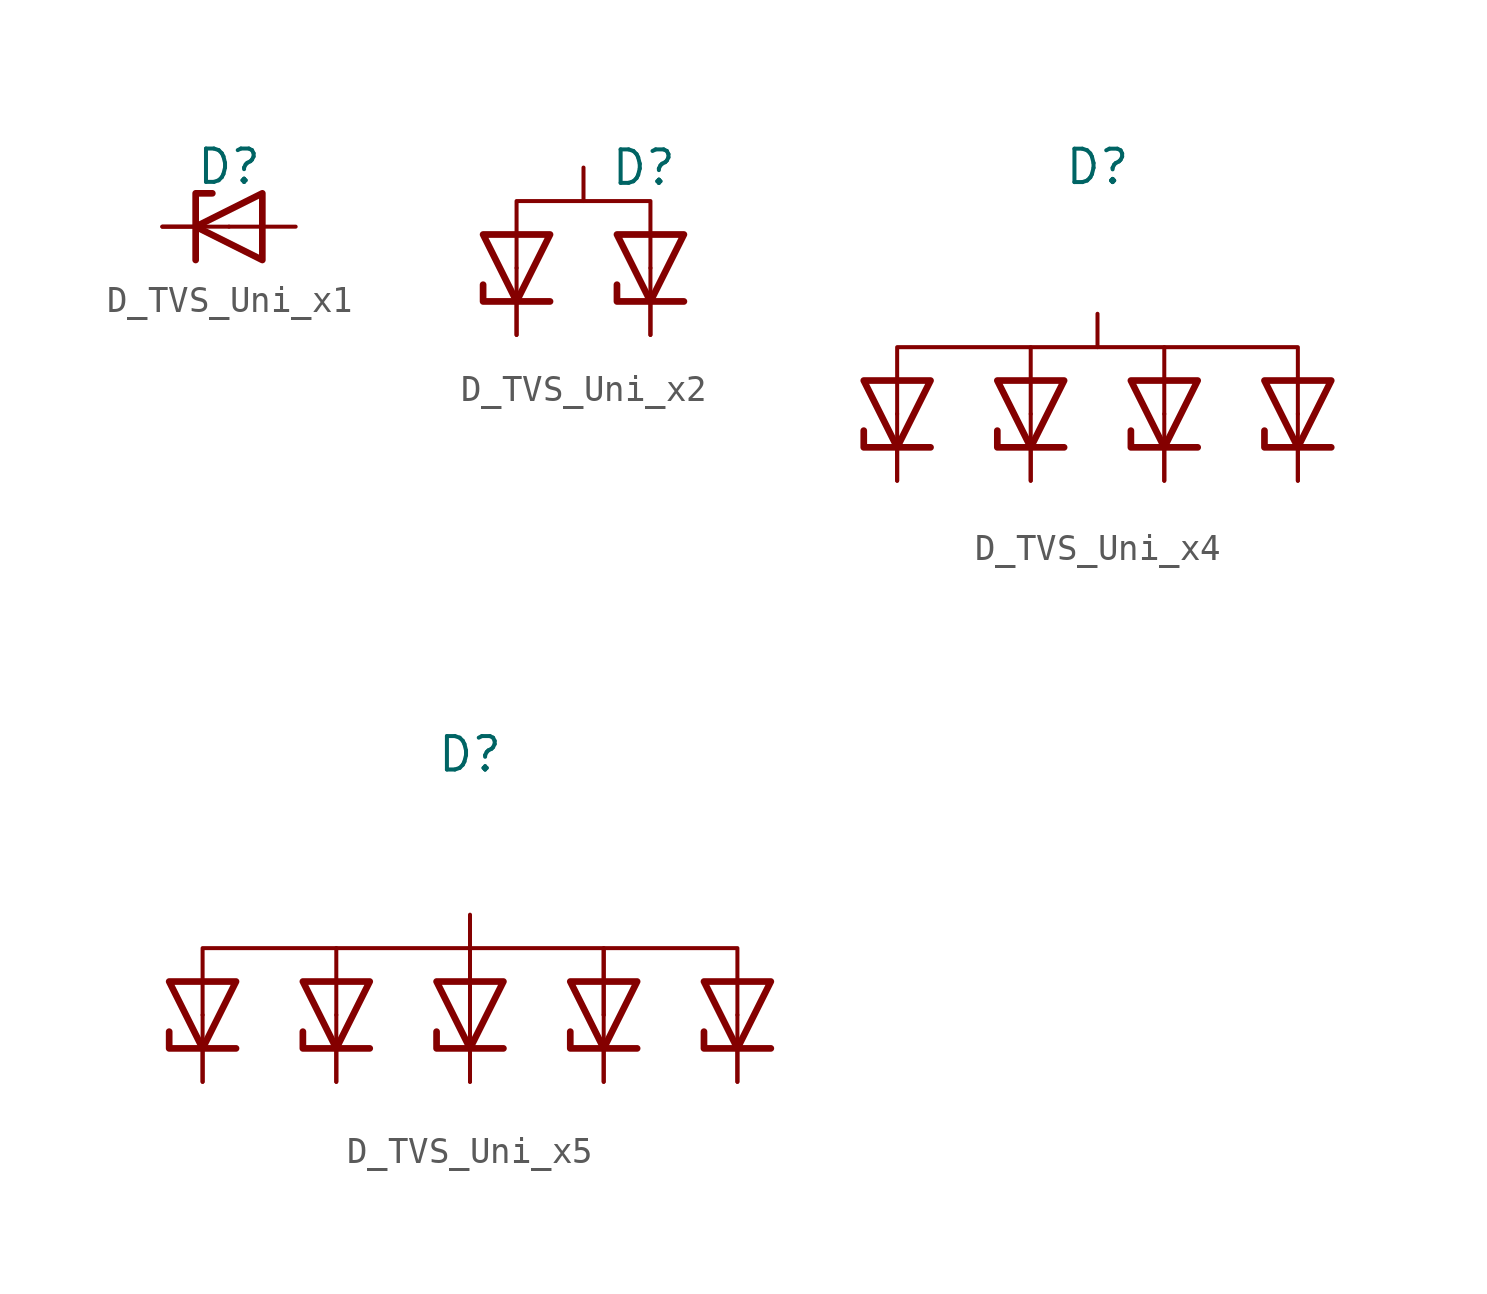
<source format=kicad_sym>
(kicad_symbol_lib
  (version 20231120)
  (generator "kicad_symbol_editor")
  (generator_version "8.0")
  (symbol "D_TVS_Uni_x1"
    (property "Reference" "D"
      (at 0 2.286 0)
      (effects (font (size 1.27 1.27))))
    (property "Value" ""
      (at -2.54 3.81 0)
      (effects (font (size 1.27 1.27))))
    (symbol "D_TVS_Uni_x1_0_1"
      (polyline (pts (xy 0 0) (xy -2.54 0)) (stroke (width 0) (type default)) (fill (type none))))
    (symbol "D_TVS_Uni_x1_1_1"
      (polyline (pts (xy -0.635 1.27) (xy -1.27 1.27) (xy -1.27 -1.27)) (stroke (width 0.254) (type default)) (fill (type none)))
      (polyline (pts (xy -1.27 0) (xy 1.27 1.27) (xy 1.27 -1.27) (xy -1.27 0)) (stroke (width 0.254) (type default)) (fill (type none)))
      (pin passive line (at -2.54 0 0) (length 1.27) (name "I/O" (effects (font (size 0 0)))) (number "1" (effects (font (size 0 0)))))
      (pin passive line (at 2.54 0 180) (length 2.54) (name "GND" (effects (font (size 0 0)))) (number "2" (effects (font (size 0 0)))))))
  (symbol "D_TVS_Uni_x2"
    (property "Reference" "D"
      (at 2.286 2.54 0)
      (effects (font (size 1.27 1.27))))
    (property "Value" ""
      (at 0 3.81 0)
      (effects (font (size 1.27 1.27))))
    (symbol "D_TVS_Uni_x2_0_1"
      (polyline (pts (xy -2.54 -1.27) (xy -2.54 -3.81)) (stroke (width 0) (type default)) (fill (type none)))
      (polyline (pts (xy 2.54 -1.27) (xy 2.54 -3.81)) (stroke (width 0) (type default)) (fill (type none)))
      (polyline (pts (xy 2.54 -1.27) (xy 2.54 1.27) (xy -2.54 1.27) (xy -2.54 -1.27)) (stroke (width 0) (type default)) (fill (type none))))
    (symbol "D_TVS_Uni_x2_1_1"
      (polyline (pts (xy -3.81 -1.905) (xy -3.81 -2.54) (xy -1.27 -2.54)) (stroke (width 0.254) (type default)) (fill (type none)))
      (polyline (pts (xy 1.27 -1.905) (xy 1.27 -2.54) (xy 3.81 -2.54)) (stroke (width 0.254) (type default)) (fill (type none)))
      (polyline (pts (xy -2.54 -2.54) (xy -3.81 0) (xy -1.27 0) (xy -2.54 -2.54)) (stroke (width 0.254) (type default)) (fill (type none)))
      (polyline (pts (xy 2.54 -2.54) (xy 1.27 0) (xy 3.81 0) (xy 2.54 -2.54)) (stroke (width 0.254) (type default)) (fill (type none)))
      (pin passive line (at -2.54 -3.81 90) (length 1.27) (name "I/O" (effects (font (size 0 0)))) (number "1" (effects (font (size 0 0)))))
      (pin passive line (at 2.54 -3.81 90) (length 1.27) (name "I/O" (effects (font (size 0 0)))) (number "2" (effects (font (size 0 0)))))
      (pin passive line (at 0 2.54 270) (length 1.27) (name "GND" (effects (font (size 0 0)))) (number "3" (effects (font (size 0 0)))))))
  (symbol "D_TVS_Uni_x4"
    (property "Reference" "D"
      (at 0 8.128 0)
      (effects (font (size 1.27 1.27))))
    (property "Value" ""
      (at -1.27 -2.54 0)
      (effects (font (size 1.27 1.27))))
    (symbol "D_TVS_Uni_x4_0_1"
      (polyline (pts (xy -7.62 -1.27) (xy -7.62 -3.81)) (stroke (width 0) (type default)) (fill (type none)))
      (polyline (pts (xy -2.54 -1.27) (xy -2.54 -3.81)) (stroke (width 0) (type default)) (fill (type none)))
      (polyline (pts (xy -2.54 1.27) (xy 2.54 1.27)) (stroke (width 0) (type default)) (fill (type none)))
      (polyline (pts (xy 2.54 -1.27) (xy 2.54 -3.81)) (stroke (width 0) (type default)) (fill (type none)))
      (polyline (pts (xy 7.62 -1.27) (xy 7.62 -3.81)) (stroke (width 0) (type default)) (fill (type none)))
      (polyline (pts (xy -2.54 -1.27) (xy -2.54 1.27) (xy -7.62 1.27) (xy -7.62 -1.27)) (stroke (width 0) (type default)) (fill (type none)))
      (polyline (pts (xy 7.62 -1.27) (xy 7.62 1.27) (xy 2.54 1.27) (xy 2.54 -1.27)) (stroke (width 0) (type default)) (fill (type none))))
    (symbol "D_TVS_Uni_x4_1_1"
      (polyline (pts (xy -8.89 -1.905) (xy -8.89 -2.54) (xy -6.35 -2.54)) (stroke (width 0.254) (type default)) (fill (type none)))
      (polyline (pts (xy -3.81 -1.905) (xy -3.81 -2.54) (xy -1.27 -2.54)) (stroke (width 0.254) (type default)) (fill (type none)))
      (polyline (pts (xy 1.27 -1.905) (xy 1.27 -2.54) (xy 3.81 -2.54)) (stroke (width 0.254) (type default)) (fill (type none)))
      (polyline (pts (xy 6.35 -1.905) (xy 6.35 -2.54) (xy 8.89 -2.54)) (stroke (width 0.254) (type default)) (fill (type none)))
      (polyline (pts (xy -7.62 -2.54) (xy -8.89 0) (xy -6.35 0) (xy -7.62 -2.54)) (stroke (width 0.254) (type default)) (fill (type none)))
      (polyline (pts (xy -2.54 -2.54) (xy -3.81 0) (xy -1.27 0) (xy -2.54 -2.54)) (stroke (width 0.254) (type default)) (fill (type none)))
      (polyline (pts (xy 2.54 -2.54) (xy 1.27 0) (xy 3.81 0) (xy 2.54 -2.54)) (stroke (width 0.254) (type default)) (fill (type none)))
      (polyline (pts (xy 7.62 -2.54) (xy 6.35 0) (xy 8.89 0) (xy 7.62 -2.54)) (stroke (width 0.254) (type default)) (fill (type none)))
      (pin passive line (at -7.62 -3.81 90) (length 1.27) (name "I/O" (effects (font (size 0 0)))) (number "1" (effects (font (size 0 0)))))
      (pin passive line (at 0 2.54 270) (length 1.27) (name "GND" (effects (font (size 0 0)))) (number "2" (effects (font (size 0 0)))))
      (pin passive line (at -2.54 -3.81 90) (length 1.27) (name "I/O" (effects (font (size 0 0)))) (number "3" (effects (font (size 0 0)))))
      (pin passive line (at 2.54 -3.81 90) (length 1.27) (name "I/O" (effects (font (size 0 0)))) (number "4" (effects (font (size 0 0)))))
      (pin passive line (at 7.62 -3.81 90) (length 1.27) (name "I/O" (effects (font (size 0 0)))) (number "5" (effects (font (size 0 0)))))))
  (symbol "D_TVS_Uni_x5"
    (property "Reference" "D"
      (at 0 8.636 0)
      (effects (font (size 1.27 1.27))))
    (property "Value" ""
      (at 0 6.35 0)
      (effects (font (size 1.27 1.27))))
    (symbol "D_TVS_Uni_x5_0_1"
      (polyline (pts (xy -10.16 -1.27) (xy -10.16 -3.81)) (stroke (width 0) (type default)) (fill (type none)))
      (polyline (pts (xy -5.08 -1.27) (xy -5.08 -3.81)) (stroke (width 0) (type default)) (fill (type none)))
      (polyline (pts (xy -5.08 1.27) (xy 0 1.27)) (stroke (width 0) (type default)) (fill (type none)))
      (polyline (pts (xy 0 -1.27) (xy 0 -3.81)) (stroke (width 0) (type default)) (fill (type none)))
      (polyline (pts (xy 5.08 -1.27) (xy 5.08 -3.81)) (stroke (width 0) (type default)) (fill (type none)))
      (polyline (pts (xy 10.16 -1.27) (xy 10.16 -3.81)) (stroke (width 0) (type default)) (fill (type none)))
      (polyline (pts (xy -5.08 -1.27) (xy -5.08 1.27) (xy -10.16 1.27) (xy -10.16 -1.27)) (stroke (width 0) (type default)) (fill (type none)))
      (polyline (pts (xy 5.08 -1.27) (xy 5.08 1.27) (xy 0 1.27) (xy 0 -1.27)) (stroke (width 0) (type default)) (fill (type none)))
      (polyline (pts (xy 10.16 -1.27) (xy 10.16 1.27) (xy 5.08 1.27) (xy 5.08 -1.27)) (stroke (width 0) (type default)) (fill (type none))))
    (symbol "D_TVS_Uni_x5_1_1"
      (polyline (pts (xy -11.43 -1.905) (xy -11.43 -2.54) (xy -8.89 -2.54)) (stroke (width 0.254) (type default)) (fill (type none)))
      (polyline (pts (xy -6.35 -1.905) (xy -6.35 -2.54) (xy -3.81 -2.54)) (stroke (width 0.254) (type default)) (fill (type none)))
      (polyline (pts (xy -1.27 -1.905) (xy -1.27 -2.54) (xy 1.27 -2.54)) (stroke (width 0.254) (type default)) (fill (type none)))
      (polyline (pts (xy 3.81 -1.905) (xy 3.81 -2.54) (xy 6.35 -2.54)) (stroke (width 0.254) (type default)) (fill (type none)))
      (polyline (pts (xy 8.89 -1.905) (xy 8.89 -2.54) (xy 11.43 -2.54)) (stroke (width 0.254) (type default)) (fill (type none)))
      (polyline (pts (xy -10.16 -2.54) (xy -11.43 0) (xy -8.89 0) (xy -10.16 -2.54)) (stroke (width 0.254) (type default)) (fill (type none)))
      (polyline (pts (xy -5.08 -2.54) (xy -6.35 0) (xy -3.81 0) (xy -5.08 -2.54)) (stroke (width 0.254) (type default)) (fill (type none)))
      (polyline (pts (xy 0 -2.54) (xy -1.27 0) (xy 1.27 0) (xy 0 -2.54)) (stroke (width 0.254) (type default)) (fill (type none)))
      (polyline (pts (xy 5.08 -2.54) (xy 3.81 0) (xy 6.35 0) (xy 5.08 -2.54)) (stroke (width 0.254) (type default)) (fill (type none)))
      (polyline (pts (xy 10.16 -2.54) (xy 8.89 0) (xy 11.43 0) (xy 10.16 -2.54)) (stroke (width 0.254) (type default)) (fill (type none)))
      (pin passive line (at -10.16 -3.81 90) (length 1.27) (name "I/O" (effects (font (size 0 0)))) (number "1" (effects (font (size 0 0)))))
      (pin passive line (at 0 2.54 270) (length 1.27) (name "GND" (effects (font (size 0 0)))) (number "2" (effects (font (size 0 0)))))
      (pin passive line (at -5.08 -3.81 90) (length 1.27) (name "I/O" (effects (font (size 0 0)))) (number "3" (effects (font (size 0 0)))))
      (pin passive line (at 0 -3.81 90) (length 1.27) (name "I/O" (effects (font (size 0 0)))) (number "4" (effects (font (size 0 0)))))
      (pin passive line (at 5.08 -3.81 90) (length 1.27) (name "I/O" (effects (font (size 0 0)))) (number "5" (effects (font (size 0 0)))))
      (pin passive line (at 10.16 -3.81 90) (length 1.27) (name "I/O" (effects (font (size 0 0)))) (number "6" (effects (font (size 0 0))))))))
</source>
